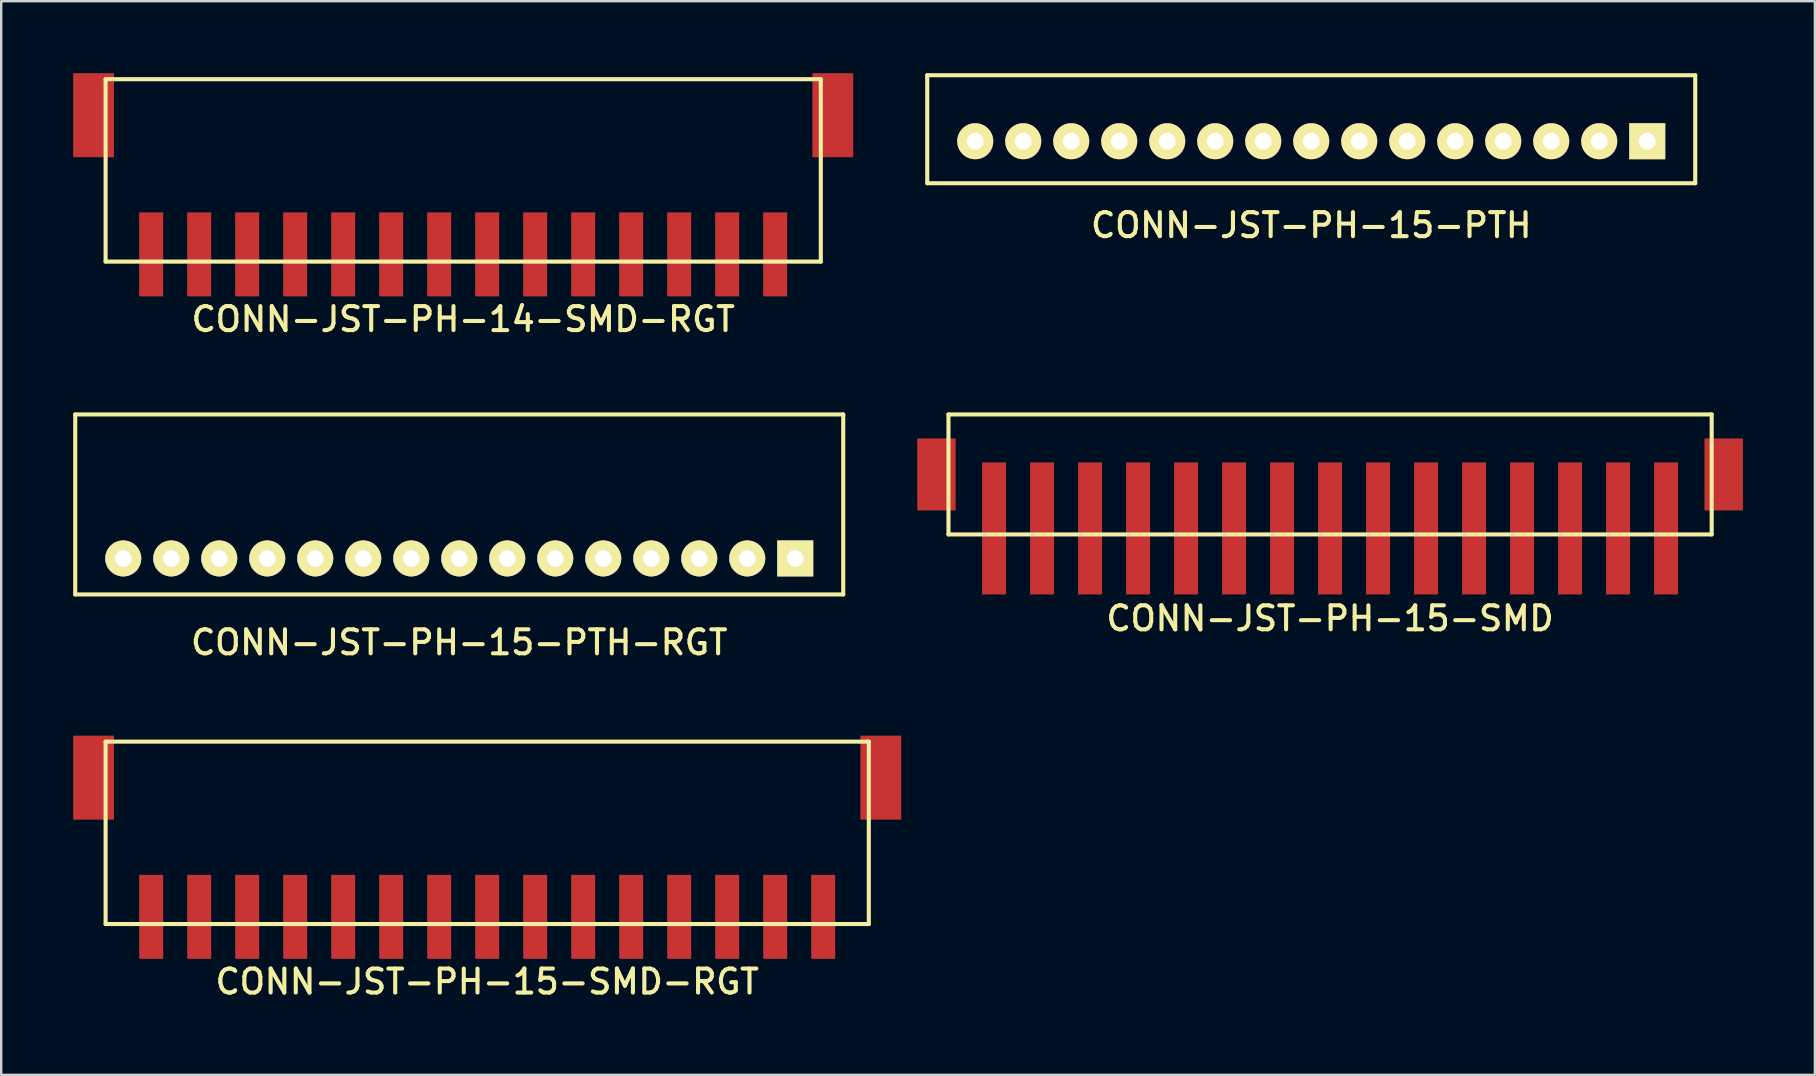
<source format=kicad_pcb>
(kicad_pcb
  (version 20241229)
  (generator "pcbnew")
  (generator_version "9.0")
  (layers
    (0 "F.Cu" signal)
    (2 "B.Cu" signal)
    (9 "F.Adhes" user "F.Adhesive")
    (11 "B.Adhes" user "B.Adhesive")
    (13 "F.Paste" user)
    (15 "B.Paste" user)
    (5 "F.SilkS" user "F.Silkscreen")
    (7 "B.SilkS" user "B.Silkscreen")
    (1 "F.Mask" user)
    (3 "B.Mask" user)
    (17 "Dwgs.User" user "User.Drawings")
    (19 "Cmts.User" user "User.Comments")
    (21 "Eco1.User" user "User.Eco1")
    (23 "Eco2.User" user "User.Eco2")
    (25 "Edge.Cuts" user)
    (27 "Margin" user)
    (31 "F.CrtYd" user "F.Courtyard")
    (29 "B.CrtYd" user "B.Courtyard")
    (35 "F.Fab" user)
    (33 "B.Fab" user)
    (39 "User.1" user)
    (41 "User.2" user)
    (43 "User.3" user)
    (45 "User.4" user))
  (footprint "CONN-JST-PH-15-PTH"
    (layer "F.Cu")
    (at 51.585 2.835)
    (property "Reference" "CONN-JST-PH-15-PTH" (at 0 3.5 0) (layer "F.SilkS") (effects (font (size 1 1) (thickness 0.17))))
    (attr through_hole)
    (fp_line (start -16 -2.75) (end 16 -2.75) (stroke (width 0.17) (type solid)) (layer "F.SilkS"))
    (fp_line (start -16 1.75) (end -16 -2.75) (stroke (width 0.17) (type solid)) (layer "F.SilkS"))
    (fp_line (start -16 1.75) (end 16 1.75) (stroke (width 0.17) (type solid)) (layer "F.SilkS"))
    (fp_line (start 16 1.75) (end 16 -2.75) (stroke (width 0.17) (type solid)) (layer "F.SilkS"))
    (pad "1" thru_hole rect (at 14 0) (size 1.5 1.5) (drill 0.7) (layers "*.Cu" "*.Mask" "F.SilkS"))
    (pad "2" thru_hole circle (at 12 0) (size 1.5 1.5) (drill 0.7) (layers "*.Cu" "*.Mask" "F.SilkS"))
    (pad "3" thru_hole circle (at 10 0) (size 1.5 1.5) (drill 0.7) (layers "*.Cu" "*.Mask" "F.SilkS"))
    (pad "4" thru_hole circle (at 8 0) (size 1.5 1.5) (drill 0.7) (layers "*.Cu" "*.Mask" "F.SilkS"))
    (pad "5" thru_hole circle (at 6 0) (size 1.5 1.5) (drill 0.7) (layers "*.Cu" "*.Mask" "F.SilkS"))
    (pad "6" thru_hole circle (at 4 0) (size 1.5 1.5) (drill 0.7) (layers "*.Cu" "*.Mask" "F.SilkS"))
    (pad "7" thru_hole circle (at 2 0) (size 1.5 1.5) (drill 0.7) (layers "*.Cu" "*.Mask" "F.SilkS"))
    (pad "8" thru_hole circle (at 0 0) (size 1.5 1.5) (drill 0.7) (layers "*.Cu" "*.Mask" "F.SilkS"))
    (pad "9" thru_hole circle (at -2 0) (size 1.5 1.5) (drill 0.7) (layers "*.Cu" "*.Mask" "F.SilkS"))
    (pad "10" thru_hole circle (at -4 0) (size 1.5 1.5) (drill 0.7) (layers "*.Cu" "*.Mask" "F.SilkS"))
    (pad "11" thru_hole circle (at -6 0) (size 1.5 1.5) (drill 0.7) (layers "*.Cu" "*.Mask" "F.SilkS"))
    (pad "12" thru_hole circle (at -8 0) (size 1.5 1.5) (drill 0.7) (layers "*.Cu" "*.Mask" "F.SilkS"))
    (pad "13" thru_hole circle (at -10 0) (size 1.5 1.5) (drill 0.7) (layers "*.Cu" "*.Mask" "F.SilkS"))
    (pad "14" thru_hole circle (at -12 0) (size 1.5 1.5) (drill 0.7) (layers "*.Cu" "*.Mask" "F.SilkS"))
    (pad "15" thru_hole circle (at -14 0) (size 1.5 1.5) (drill 0.7) (layers "*.Cu" "*.Mask" "F.SilkS")))
  (footprint "CONN-JST-PH-15-SMD-RGT"
    (layer "F.Cu")
    (at 17.25 27.852)
    (property "Reference" "CONN-JST-PH-15-SMD-RGT" (at 0 10 0) (layer "F.SilkS") (effects (font (size 1 1) (thickness 0.17))))
    (attr through_hole)
    (fp_line (start -15.9 0) (end 15.9 0) (stroke (width 0.17) (type solid)) (layer "F.SilkS"))
    (fp_line (start -15.9 7.6) (end -15.9 0) (stroke (width 0.17) (type solid)) (layer "F.SilkS"))
    (fp_line (start -15.9 7.6) (end 15.9 7.6) (stroke (width 0.17) (type solid)) (layer "F.SilkS"))
    (fp_line (start 15.9 7.6) (end 15.9 0) (stroke (width 0.17) (type solid)) (layer "F.SilkS"))
    (pad "1" smd rect (at 14 7.3) (size 1 3.5) (layers "F.Cu" "F.Mask" "F.Paste"))
    (pad "2" smd rect (at 12 7.3) (size 1 3.5) (layers "F.Cu" "F.Mask" "F.Paste"))
    (pad "3" smd rect (at 10 7.3) (size 1 3.5) (layers "F.Cu" "F.Mask" "F.Paste"))
    (pad "4" smd rect (at 8 7.3) (size 1 3.5) (layers "F.Cu" "F.Mask" "F.Paste"))
    (pad "5" smd rect (at 6 7.3) (size 1 3.5) (layers "F.Cu" "F.Mask" "F.Paste"))
    (pad "6" smd rect (at 4 7.3) (size 1 3.5) (layers "F.Cu" "F.Mask" "F.Paste"))
    (pad "7" smd rect (at 2 7.3) (size 1 3.5) (layers "F.Cu" "F.Mask" "F.Paste"))
    (pad "8" smd rect (at 0 7.3) (size 1 3.5) (layers "F.Cu" "F.Mask" "F.Paste"))
    (pad "9" smd rect (at -2 7.3) (size 1 3.5) (layers "F.Cu" "F.Mask" "F.Paste"))
    (pad "10" smd rect (at -4 7.3) (size 1 3.5) (layers "F.Cu" "F.Mask" "F.Paste"))
    (pad "11" smd rect (at -6 7.3) (size 1 3.5) (layers "F.Cu" "F.Mask" "F.Paste"))
    (pad "12" smd rect (at -8 7.3) (size 1 3.5) (layers "F.Cu" "F.Mask" "F.Paste"))
    (pad "13" smd rect (at -10 7.3) (size 1 3.5) (layers "F.Cu" "F.Mask" "F.Paste"))
    (pad "14" smd rect (at -12 7.3) (size 1 3.5) (layers "F.Cu" "F.Mask" "F.Paste"))
    (pad "15" smd rect (at -14 7.3) (size 1 3.5) (layers "F.Cu" "F.Mask" "F.Paste"))
    (pad "M1" smd rect (at 16.4 1.5) (size 1.7 3.5) (layers "F.Cu" "F.Mask" "F.Paste"))
    (pad "M2" smd rect (at -16.4 1.5) (size 1.7 3.5) (layers "F.Cu" "F.Mask" "F.Paste")))
  (footprint "CONN-JST-PH-15-SMD"
    (layer "F.Cu")
    (at 52.37 21.718)
    (property "Reference" "CONN-JST-PH-15-SMD" (at 0 1 0) (layer "F.SilkS") (effects (font (size 1 1) (thickness 0.17))))
    (attr through_hole)
    (fp_line (start -15.9 -7.5) (end 15.9 -7.5) (stroke (width 0.17) (type solid)) (layer "F.SilkS"))
    (fp_line (start -15.9 -2.5) (end -15.9 -7.5) (stroke (width 0.17) (type solid)) (layer "F.SilkS"))
    (fp_line (start -15.9 -2.5) (end 15.9 -2.5) (stroke (width 0.17) (type solid)) (layer "F.SilkS"))
    (fp_line (start 15.9 -2.5) (end 15.9 -7.5) (stroke (width 0.17) (type solid)) (layer "F.SilkS"))
    (pad "1" smd rect (at -14 -2.75) (size 1 5.5) (layers "F.Cu" "F.Mask" "F.Paste"))
    (pad "2" smd rect (at -12 -2.75) (size 1 5.5) (layers "F.Cu" "F.Mask" "F.Paste"))
    (pad "3" smd rect (at -10 -2.75) (size 1 5.5) (layers "F.Cu" "F.Mask" "F.Paste"))
    (pad "4" smd rect (at -8 -2.75) (size 1 5.5) (layers "F.Cu" "F.Mask" "F.Paste"))
    (pad "5" smd rect (at -6 -2.75) (size 1 5.5) (layers "F.Cu" "F.Mask" "F.Paste"))
    (pad "6" smd rect (at -4 -2.75) (size 1 5.5) (layers "F.Cu" "F.Mask" "F.Paste"))
    (pad "7" smd rect (at -2 -2.75) (size 1 5.5) (layers "F.Cu" "F.Mask" "F.Paste"))
    (pad "8" smd rect (at 0 -2.75) (size 1 5.5) (layers "F.Cu" "F.Mask" "F.Paste"))
    (pad "9" smd rect (at 2 -2.75) (size 1 5.5) (layers "F.Cu" "F.Mask" "F.Paste"))
    (pad "10" smd rect (at 4 -2.75) (size 1 5.5) (layers "F.Cu" "F.Mask" "F.Paste"))
    (pad "11" smd rect (at 6 -2.75) (size 1 5.5) (layers "F.Cu" "F.Mask" "F.Paste"))
    (pad "12" smd rect (at 8 -2.75) (size 1 5.5) (layers "F.Cu" "F.Mask" "F.Paste"))
    (pad "13" smd rect (at 10 -2.75) (size 1 5.5) (layers "F.Cu" "F.Mask" "F.Paste"))
    (pad "14" smd rect (at 12 -2.75) (size 1 5.5) (layers "F.Cu" "F.Mask" "F.Paste"))
    (pad "15" smd rect (at 14 -2.75) (size 1 5.5) (layers "F.Cu" "F.Mask" "F.Paste"))
    (pad "M1" smd rect (at -16.4 -5) (size 1.6 3) (layers "F.Cu" "F.Mask" "F.Paste"))
    (pad "M2" smd rect (at 16.4 -5) (size 1.6 3) (layers "F.Cu" "F.Mask" "F.Paste")))
  (footprint "CONN-JST-PH-14-SMD-RGT"
    (layer "F.Cu")
    (at 16.25 0.25)
    (property "Reference" "CONN-JST-PH-14-SMD-RGT" (at 0 10 0) (layer "F.SilkS") (effects (font (size 1 1) (thickness 0.17))))
    (attr through_hole)
    (fp_line (start -14.9 0) (end -14.9 7.6) (stroke (width 0.17) (type solid)) (layer "F.SilkS"))
    (fp_line (start -14.9 0) (end 14.9 0) (stroke (width 0.17) (type solid)) (layer "F.SilkS"))
    (fp_line (start -14.9 7.6) (end 14.9 7.6) (stroke (width 0.17) (type solid)) (layer "F.SilkS"))
    (fp_line (start 14.9 0) (end 14.9 7.6) (stroke (width 0.17) (type solid)) (layer "F.SilkS"))
    (pad "1" smd rect (at 13 7.3) (size 1 3.5) (layers "F.Cu" "F.Mask" "F.Paste"))
    (pad "2" smd rect (at 11 7.3) (size 1 3.5) (layers "F.Cu" "F.Mask" "F.Paste"))
    (pad "3" smd rect (at 9 7.3) (size 1 3.5) (layers "F.Cu" "F.Mask" "F.Paste"))
    (pad "4" smd rect (at 7 7.3) (size 1 3.5) (layers "F.Cu" "F.Mask" "F.Paste"))
    (pad "5" smd rect (at 5 7.3) (size 1 3.5) (layers "F.Cu" "F.Mask" "F.Paste"))
    (pad "6" smd rect (at 3 7.3) (size 1 3.5) (layers "F.Cu" "F.Mask" "F.Paste"))
    (pad "7" smd rect (at 1 7.3) (size 1 3.5) (layers "F.Cu" "F.Mask" "F.Paste"))
    (pad "8" smd rect (at -1 7.3) (size 1 3.5) (layers "F.Cu" "F.Mask" "F.Paste"))
    (pad "9" smd rect (at -3 7.3) (size 1 3.5) (layers "F.Cu" "F.Mask" "F.Paste"))
    (pad "10" smd rect (at -5 7.3) (size 1 3.5) (layers "F.Cu" "F.Mask" "F.Paste"))
    (pad "11" smd rect (at -7 7.3) (size 1 3.5) (layers "F.Cu" "F.Mask" "F.Paste"))
    (pad "12" smd rect (at -9 7.3) (size 1 3.5) (layers "F.Cu" "F.Mask" "F.Paste"))
    (pad "13" smd rect (at -11 7.3) (size 1 3.5) (layers "F.Cu" "F.Mask" "F.Paste"))
    (pad "14" smd rect (at -13 7.3) (size 1 3.5) (layers "F.Cu" "F.Mask" "F.Paste"))
    (pad "M1" smd rect (at 15.4 1.5) (size 1.7 3.5) (layers "F.Cu" "F.Mask" "F.Paste"))
    (pad "M2" smd rect (at -15.4 1.5) (size 1.7 3.5) (layers "F.Cu" "F.Mask" "F.Paste")))
  (footprint "CONN-JST-PH-15-PTH-RGT"
    (layer "F.Cu")
    (at 16.085 20.218)
    (property "Reference" "CONN-JST-PH-15-PTH-RGT" (at 0 3.5 0) (layer "F.SilkS") (effects (font (size 1 1) (thickness 0.17))))
    (attr through_hole)
    (fp_line (start -16 -6) (end 16 -6) (stroke (width 0.17) (type solid)) (layer "F.SilkS"))
    (fp_line (start -16 1.5) (end -16 -6) (stroke (width 0.17) (type solid)) (layer "F.SilkS"))
    (fp_line (start -16 1.5) (end 16 1.5) (stroke (width 0.17) (type solid)) (layer "F.SilkS"))
    (fp_line (start 16 1.5) (end 16 -6) (stroke (width 0.17) (type solid)) (layer "F.SilkS"))
    (pad "1" thru_hole rect (at 14 0) (size 1.5 1.5) (drill 0.7) (layers "*.Cu" "*.Mask" "F.SilkS"))
    (pad "2" thru_hole circle (at 12 0) (size 1.5 1.5) (drill 0.7) (layers "*.Cu" "*.Mask" "F.SilkS"))
    (pad "3" thru_hole circle (at 10 0) (size 1.5 1.5) (drill 0.7) (layers "*.Cu" "*.Mask" "F.SilkS"))
    (pad "4" thru_hole circle (at 8 0) (size 1.5 1.5) (drill 0.7) (layers "*.Cu" "*.Mask" "F.SilkS"))
    (pad "5" thru_hole circle (at 6 0) (size 1.5 1.5) (drill 0.7) (layers "*.Cu" "*.Mask" "F.SilkS"))
    (pad "6" thru_hole circle (at 4 0) (size 1.5 1.5) (drill 0.7) (layers "*.Cu" "*.Mask" "F.SilkS"))
    (pad "7" thru_hole circle (at 2 0) (size 1.5 1.5) (drill 0.7) (layers "*.Cu" "*.Mask" "F.SilkS"))
    (pad "8" thru_hole circle (at 0 0) (size 1.5 1.5) (drill 0.7) (layers "*.Cu" "*.Mask" "F.SilkS"))
    (pad "9" thru_hole circle (at -2 0) (size 1.5 1.5) (drill 0.7) (layers "*.Cu" "*.Mask" "F.SilkS"))
    (pad "10" thru_hole circle (at -4 0) (size 1.5 1.5) (drill 0.7) (layers "*.Cu" "*.Mask" "F.SilkS"))
    (pad "11" thru_hole circle (at -6 0) (size 1.5 1.5) (drill 0.7) (layers "*.Cu" "*.Mask" "F.SilkS"))
    (pad "12" thru_hole circle (at -8 0) (size 1.5 1.5) (drill 0.7) (layers "*.Cu" "*.Mask" "F.SilkS"))
    (pad "13" thru_hole circle (at -10 0) (size 1.5 1.5) (drill 0.7) (layers "*.Cu" "*.Mask" "F.SilkS"))
    (pad "14" thru_hole circle (at -12 0) (size 1.5 1.5) (drill 0.7) (layers "*.Cu" "*.Mask" "F.SilkS"))
    (pad "15" thru_hole circle (at -14 0) (size 1.5 1.5) (drill 0.7) (layers "*.Cu" "*.Mask" "F.SilkS")))
  (gr_rect
    (start -3 -3)
    (end 72.57 41.735)
    (stroke (width 0.1) (type default))
    (fill no)
    (layer "Edge.Cuts")))
</source>
